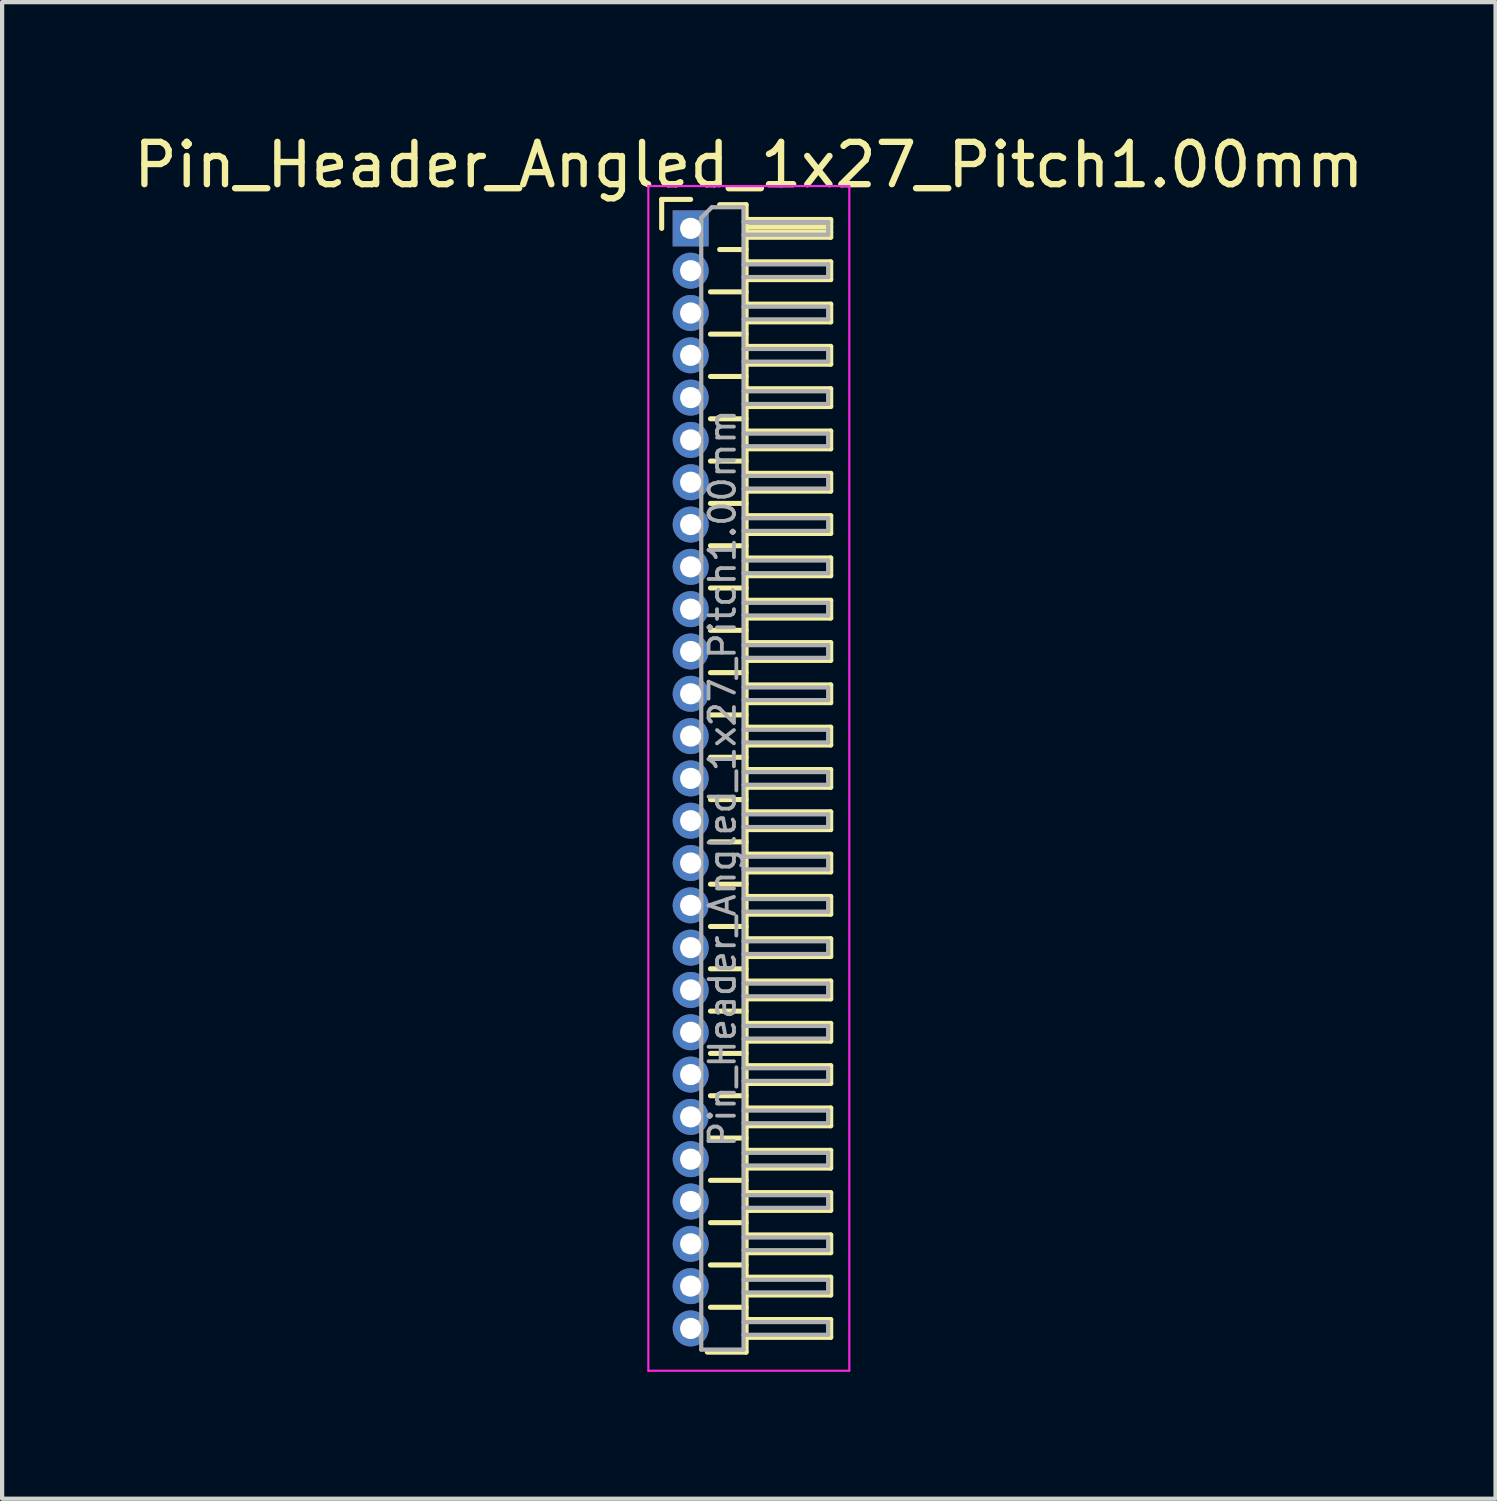
<source format=kicad_pcb>
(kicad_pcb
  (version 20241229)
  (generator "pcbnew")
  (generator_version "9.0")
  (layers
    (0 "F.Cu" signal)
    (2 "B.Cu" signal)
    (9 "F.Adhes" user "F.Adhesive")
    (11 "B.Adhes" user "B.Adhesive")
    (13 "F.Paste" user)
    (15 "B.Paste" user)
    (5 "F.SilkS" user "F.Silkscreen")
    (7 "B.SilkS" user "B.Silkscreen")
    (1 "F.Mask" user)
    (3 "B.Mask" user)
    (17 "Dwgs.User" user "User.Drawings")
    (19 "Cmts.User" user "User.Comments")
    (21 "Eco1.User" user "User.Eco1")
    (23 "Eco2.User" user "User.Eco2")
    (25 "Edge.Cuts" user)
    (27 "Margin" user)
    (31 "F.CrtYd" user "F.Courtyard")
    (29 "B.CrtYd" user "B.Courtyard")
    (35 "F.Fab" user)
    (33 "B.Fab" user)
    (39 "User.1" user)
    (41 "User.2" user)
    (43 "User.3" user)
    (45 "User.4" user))
  (footprint "Pin_Header_Angled_1x27_Pitch1.00mm"
    (layer "F.Cu")
    (at 13.274 2.348)
    (property "Reference" "Pin_Header_Angled_1x27_Pitch1.00mm" (at 1.375 -1.5 0) (layer "F.SilkS") (effects (font (size 1 1) (thickness 0.15))))
    (attr through_hole)
    (fp_line (start -0.685 -0.685) (end 0 -0.685) (stroke (width 0.12) (type solid)) (layer "F.SilkS"))
    (fp_line (start -0.685 0) (end -0.685 -0.685) (stroke (width 0.12) (type solid)) (layer "F.SilkS"))
    (fp_line (start 0.468 1.5) (end 1.31 1.5) (stroke (width 0.12) (type solid)) (layer "F.SilkS"))
    (fp_line (start 0.468 2.5) (end 1.31 2.5) (stroke (width 0.12) (type solid)) (layer "F.SilkS"))
    (fp_line (start 0.468 3.5) (end 1.31 3.5) (stroke (width 0.12) (type solid)) (layer "F.SilkS"))
    (fp_line (start 0.468 4.5) (end 1.31 4.5) (stroke (width 0.12) (type solid)) (layer "F.SilkS"))
    (fp_line (start 0.468 5.5) (end 1.31 5.5) (stroke (width 0.12) (type solid)) (layer "F.SilkS"))
    (fp_line (start 0.468 6.5) (end 1.31 6.5) (stroke (width 0.12) (type solid)) (layer "F.SilkS"))
    (fp_line (start 0.468 7.5) (end 1.31 7.5) (stroke (width 0.12) (type solid)) (layer "F.SilkS"))
    (fp_line (start 0.468 8.5) (end 1.31 8.5) (stroke (width 0.12) (type solid)) (layer "F.SilkS"))
    (fp_line (start 0.468 9.5) (end 1.31 9.5) (stroke (width 0.12) (type solid)) (layer "F.SilkS"))
    (fp_line (start 0.468 10.5) (end 1.31 10.5) (stroke (width 0.12) (type solid)) (layer "F.SilkS"))
    (fp_line (start 0.468 11.5) (end 1.31 11.5) (stroke (width 0.12) (type solid)) (layer "F.SilkS"))
    (fp_line (start 0.468 12.5) (end 1.31 12.5) (stroke (width 0.12) (type solid)) (layer "F.SilkS"))
    (fp_line (start 0.468 13.5) (end 1.31 13.5) (stroke (width 0.12) (type solid)) (layer "F.SilkS"))
    (fp_line (start 0.468 14.5) (end 1.31 14.5) (stroke (width 0.12) (type solid)) (layer "F.SilkS"))
    (fp_line (start 0.468 15.5) (end 1.31 15.5) (stroke (width 0.12) (type solid)) (layer "F.SilkS"))
    (fp_line (start 0.468 16.5) (end 1.31 16.5) (stroke (width 0.12) (type solid)) (layer "F.SilkS"))
    (fp_line (start 0.468 17.5) (end 1.31 17.5) (stroke (width 0.12) (type solid)) (layer "F.SilkS"))
    (fp_line (start 0.468 18.5) (end 1.31 18.5) (stroke (width 0.12) (type solid)) (layer "F.SilkS"))
    (fp_line (start 0.468 19.5) (end 1.31 19.5) (stroke (width 0.12) (type solid)) (layer "F.SilkS"))
    (fp_line (start 0.468 20.5) (end 1.31 20.5) (stroke (width 0.12) (type solid)) (layer "F.SilkS"))
    (fp_line (start 0.468 21.5) (end 1.31 21.5) (stroke (width 0.12) (type solid)) (layer "F.SilkS"))
    (fp_line (start 0.468 22.5) (end 1.31 22.5) (stroke (width 0.12) (type solid)) (layer "F.SilkS"))
    (fp_line (start 0.468 23.5) (end 1.31 23.5) (stroke (width 0.12) (type solid)) (layer "F.SilkS"))
    (fp_line (start 0.468 24.5) (end 1.31 24.5) (stroke (width 0.12) (type solid)) (layer "F.SilkS"))
    (fp_line (start 0.468 25.5) (end 1.31 25.5) (stroke (width 0.12) (type solid)) (layer "F.SilkS"))
    (fp_line (start 0.685 -0.56) (end 1.31 -0.56) (stroke (width 0.12) (type solid)) (layer "F.SilkS"))
    (fp_line (start 0.685 0.5) (end 1.31 0.5) (stroke (width 0.12) (type solid)) (layer "F.SilkS"))
    (fp_line (start 1.31 -0.56) (end 1.31 26.56) (stroke (width 0.12) (type solid)) (layer "F.SilkS"))
    (fp_line (start 1.31 -0.21) (end 3.31 -0.21) (stroke (width 0.12) (type solid)) (layer "F.SilkS"))
    (fp_line (start 1.31 -0.15) (end 3.31 -0.15) (stroke (width 0.12) (type solid)) (layer "F.SilkS"))
    (fp_line (start 1.31 -0.03) (end 3.31 -0.03) (stroke (width 0.12) (type solid)) (layer "F.SilkS"))
    (fp_line (start 1.31 0.09) (end 3.31 0.09) (stroke (width 0.12) (type solid)) (layer "F.SilkS"))
    (fp_line (start 1.31 0.79) (end 3.31 0.79) (stroke (width 0.12) (type solid)) (layer "F.SilkS"))
    (fp_line (start 1.31 1.79) (end 3.31 1.79) (stroke (width 0.12) (type solid)) (layer "F.SilkS"))
    (fp_line (start 1.31 2.79) (end 3.31 2.79) (stroke (width 0.12) (type solid)) (layer "F.SilkS"))
    (fp_line (start 1.31 3.79) (end 3.31 3.79) (stroke (width 0.12) (type solid)) (layer "F.SilkS"))
    (fp_line (start 1.31 4.79) (end 3.31 4.79) (stroke (width 0.12) (type solid)) (layer "F.SilkS"))
    (fp_line (start 1.31 5.79) (end 3.31 5.79) (stroke (width 0.12) (type solid)) (layer "F.SilkS"))
    (fp_line (start 1.31 6.79) (end 3.31 6.79) (stroke (width 0.12) (type solid)) (layer "F.SilkS"))
    (fp_line (start 1.31 7.79) (end 3.31 7.79) (stroke (width 0.12) (type solid)) (layer "F.SilkS"))
    (fp_line (start 1.31 8.79) (end 3.31 8.79) (stroke (width 0.12) (type solid)) (layer "F.SilkS"))
    (fp_line (start 1.31 9.79) (end 3.31 9.79) (stroke (width 0.12) (type solid)) (layer "F.SilkS"))
    (fp_line (start 1.31 10.79) (end 3.31 10.79) (stroke (width 0.12) (type solid)) (layer "F.SilkS"))
    (fp_line (start 1.31 11.79) (end 3.31 11.79) (stroke (width 0.12) (type solid)) (layer "F.SilkS"))
    (fp_line (start 1.31 12.79) (end 3.31 12.79) (stroke (width 0.12) (type solid)) (layer "F.SilkS"))
    (fp_line (start 1.31 13.79) (end 3.31 13.79) (stroke (width 0.12) (type solid)) (layer "F.SilkS"))
    (fp_line (start 1.31 14.79) (end 3.31 14.79) (stroke (width 0.12) (type solid)) (layer "F.SilkS"))
    (fp_line (start 1.31 15.79) (end 3.31 15.79) (stroke (width 0.12) (type solid)) (layer "F.SilkS"))
    (fp_line (start 1.31 16.79) (end 3.31 16.79) (stroke (width 0.12) (type solid)) (layer "F.SilkS"))
    (fp_line (start 1.31 17.79) (end 3.31 17.79) (stroke (width 0.12) (type solid)) (layer "F.SilkS"))
    (fp_line (start 1.31 18.79) (end 3.31 18.79) (stroke (width 0.12) (type solid)) (layer "F.SilkS"))
    (fp_line (start 1.31 19.79) (end 3.31 19.79) (stroke (width 0.12) (type solid)) (layer "F.SilkS"))
    (fp_line (start 1.31 20.79) (end 3.31 20.79) (stroke (width 0.12) (type solid)) (layer "F.SilkS"))
    (fp_line (start 1.31 21.79) (end 3.31 21.79) (stroke (width 0.12) (type solid)) (layer "F.SilkS"))
    (fp_line (start 1.31 22.79) (end 3.31 22.79) (stroke (width 0.12) (type solid)) (layer "F.SilkS"))
    (fp_line (start 1.31 23.79) (end 3.31 23.79) (stroke (width 0.12) (type solid)) (layer "F.SilkS"))
    (fp_line (start 1.31 24.79) (end 3.31 24.79) (stroke (width 0.12) (type solid)) (layer "F.SilkS"))
    (fp_line (start 1.31 25.79) (end 3.31 25.79) (stroke (width 0.12) (type solid)) (layer "F.SilkS"))
    (fp_line (start 1.31 26.56) (end 0.394 26.56) (stroke (width 0.12) (type solid)) (layer "F.SilkS"))
    (fp_line (start 3.31 -0.21) (end 3.31 0.21) (stroke (width 0.12) (type solid)) (layer "F.SilkS"))
    (fp_line (start 3.31 0.21) (end 1.31 0.21) (stroke (width 0.12) (type solid)) (layer "F.SilkS"))
    (fp_line (start 3.31 0.79) (end 3.31 1.21) (stroke (width 0.12) (type solid)) (layer "F.SilkS"))
    (fp_line (start 3.31 1.21) (end 1.31 1.21) (stroke (width 0.12) (type solid)) (layer "F.SilkS"))
    (fp_line (start 3.31 1.79) (end 3.31 2.21) (stroke (width 0.12) (type solid)) (layer "F.SilkS"))
    (fp_line (start 3.31 2.21) (end 1.31 2.21) (stroke (width 0.12) (type solid)) (layer "F.SilkS"))
    (fp_line (start 3.31 2.79) (end 3.31 3.21) (stroke (width 0.12) (type solid)) (layer "F.SilkS"))
    (fp_line (start 3.31 3.21) (end 1.31 3.21) (stroke (width 0.12) (type solid)) (layer "F.SilkS"))
    (fp_line (start 3.31 3.79) (end 3.31 4.21) (stroke (width 0.12) (type solid)) (layer "F.SilkS"))
    (fp_line (start 3.31 4.21) (end 1.31 4.21) (stroke (width 0.12) (type solid)) (layer "F.SilkS"))
    (fp_line (start 3.31 4.79) (end 3.31 5.21) (stroke (width 0.12) (type solid)) (layer "F.SilkS"))
    (fp_line (start 3.31 5.21) (end 1.31 5.21) (stroke (width 0.12) (type solid)) (layer "F.SilkS"))
    (fp_line (start 3.31 5.79) (end 3.31 6.21) (stroke (width 0.12) (type solid)) (layer "F.SilkS"))
    (fp_line (start 3.31 6.21) (end 1.31 6.21) (stroke (width 0.12) (type solid)) (layer "F.SilkS"))
    (fp_line (start 3.31 6.79) (end 3.31 7.21) (stroke (width 0.12) (type solid)) (layer "F.SilkS"))
    (fp_line (start 3.31 7.21) (end 1.31 7.21) (stroke (width 0.12) (type solid)) (layer "F.SilkS"))
    (fp_line (start 3.31 7.79) (end 3.31 8.21) (stroke (width 0.12) (type solid)) (layer "F.SilkS"))
    (fp_line (start 3.31 8.21) (end 1.31 8.21) (stroke (width 0.12) (type solid)) (layer "F.SilkS"))
    (fp_line (start 3.31 8.79) (end 3.31 9.21) (stroke (width 0.12) (type solid)) (layer "F.SilkS"))
    (fp_line (start 3.31 9.21) (end 1.31 9.21) (stroke (width 0.12) (type solid)) (layer "F.SilkS"))
    (fp_line (start 3.31 9.79) (end 3.31 10.21) (stroke (width 0.12) (type solid)) (layer "F.SilkS"))
    (fp_line (start 3.31 10.21) (end 1.31 10.21) (stroke (width 0.12) (type solid)) (layer "F.SilkS"))
    (fp_line (start 3.31 10.79) (end 3.31 11.21) (stroke (width 0.12) (type solid)) (layer "F.SilkS"))
    (fp_line (start 3.31 11.21) (end 1.31 11.21) (stroke (width 0.12) (type solid)) (layer "F.SilkS"))
    (fp_line (start 3.31 11.79) (end 3.31 12.21) (stroke (width 0.12) (type solid)) (layer "F.SilkS"))
    (fp_line (start 3.31 12.21) (end 1.31 12.21) (stroke (width 0.12) (type solid)) (layer "F.SilkS"))
    (fp_line (start 3.31 12.79) (end 3.31 13.21) (stroke (width 0.12) (type solid)) (layer "F.SilkS"))
    (fp_line (start 3.31 13.21) (end 1.31 13.21) (stroke (width 0.12) (type solid)) (layer "F.SilkS"))
    (fp_line (start 3.31 13.79) (end 3.31 14.21) (stroke (width 0.12) (type solid)) (layer "F.SilkS"))
    (fp_line (start 3.31 14.21) (end 1.31 14.21) (stroke (width 0.12) (type solid)) (layer "F.SilkS"))
    (fp_line (start 3.31 14.79) (end 3.31 15.21) (stroke (width 0.12) (type solid)) (layer "F.SilkS"))
    (fp_line (start 3.31 15.21) (end 1.31 15.21) (stroke (width 0.12) (type solid)) (layer "F.SilkS"))
    (fp_line (start 3.31 15.79) (end 3.31 16.21) (stroke (width 0.12) (type solid)) (layer "F.SilkS"))
    (fp_line (start 3.31 16.21) (end 1.31 16.21) (stroke (width 0.12) (type solid)) (layer "F.SilkS"))
    (fp_line (start 3.31 16.79) (end 3.31 17.21) (stroke (width 0.12) (type solid)) (layer "F.SilkS"))
    (fp_line (start 3.31 17.21) (end 1.31 17.21) (stroke (width 0.12) (type solid)) (layer "F.SilkS"))
    (fp_line (start 3.31 17.79) (end 3.31 18.21) (stroke (width 0.12) (type solid)) (layer "F.SilkS"))
    (fp_line (start 3.31 18.21) (end 1.31 18.21) (stroke (width 0.12) (type solid)) (layer "F.SilkS"))
    (fp_line (start 3.31 18.79) (end 3.31 19.21) (stroke (width 0.12) (type solid)) (layer "F.SilkS"))
    (fp_line (start 3.31 19.21) (end 1.31 19.21) (stroke (width 0.12) (type solid)) (layer "F.SilkS"))
    (fp_line (start 3.31 19.79) (end 3.31 20.21) (stroke (width 0.12) (type solid)) (layer "F.SilkS"))
    (fp_line (start 3.31 20.21) (end 1.31 20.21) (stroke (width 0.12) (type solid)) (layer "F.SilkS"))
    (fp_line (start 3.31 20.79) (end 3.31 21.21) (stroke (width 0.12) (type solid)) (layer "F.SilkS"))
    (fp_line (start 3.31 21.21) (end 1.31 21.21) (stroke (width 0.12) (type solid)) (layer "F.SilkS"))
    (fp_line (start 3.31 21.79) (end 3.31 22.21) (stroke (width 0.12) (type solid)) (layer "F.SilkS"))
    (fp_line (start 3.31 22.21) (end 1.31 22.21) (stroke (width 0.12) (type solid)) (layer "F.SilkS"))
    (fp_line (start 3.31 22.79) (end 3.31 23.21) (stroke (width 0.12) (type solid)) (layer "F.SilkS"))
    (fp_line (start 3.31 23.21) (end 1.31 23.21) (stroke (width 0.12) (type solid)) (layer "F.SilkS"))
    (fp_line (start 3.31 23.79) (end 3.31 24.21) (stroke (width 0.12) (type solid)) (layer "F.SilkS"))
    (fp_line (start 3.31 24.21) (end 1.31 24.21) (stroke (width 0.12) (type solid)) (layer "F.SilkS"))
    (fp_line (start 3.31 24.79) (end 3.31 25.21) (stroke (width 0.12) (type solid)) (layer "F.SilkS"))
    (fp_line (start 3.31 25.21) (end 1.31 25.21) (stroke (width 0.12) (type solid)) (layer "F.SilkS"))
    (fp_line (start 3.31 25.79) (end 3.31 26.21) (stroke (width 0.12) (type solid)) (layer "F.SilkS"))
    (fp_line (start 3.31 26.21) (end 1.31 26.21) (stroke (width 0.12) (type solid)) (layer "F.SilkS"))
    (fp_line (start -1 -1) (end -1 27) (stroke (width 0.05) (type solid)) (layer "F.CrtYd"))
    (fp_line (start -1 27) (end 3.75 27) (stroke (width 0.05) (type solid)) (layer "F.CrtYd"))
    (fp_line (start 3.75 -1) (end -1 -1) (stroke (width 0.05) (type solid)) (layer "F.CrtYd"))
    (fp_line (start 3.75 27) (end 3.75 -1) (stroke (width 0.05) (type solid)) (layer "F.CrtYd"))
    (fp_line (start -0.15 -0.15) (end -0.15 0.15) (stroke (width 0.1) (type solid)) (layer "F.Fab"))
    (fp_line (start -0.15 -0.15) (end 0.25 -0.15) (stroke (width 0.1) (type solid)) (layer "F.Fab"))
    (fp_line (start -0.15 0.15) (end 0.25 0.15) (stroke (width 0.1) (type solid)) (layer "F.Fab"))
    (fp_line (start -0.15 0.85) (end -0.15 1.15) (stroke (width 0.1) (type solid)) (layer "F.Fab"))
    (fp_line (start -0.15 0.85) (end 0.25 0.85) (stroke (width 0.1) (type solid)) (layer "F.Fab"))
    (fp_line (start -0.15 1.15) (end 0.25 1.15) (stroke (width 0.1) (type solid)) (layer "F.Fab"))
    (fp_line (start -0.15 1.85) (end -0.15 2.15) (stroke (width 0.1) (type solid)) (layer "F.Fab"))
    (fp_line (start -0.15 1.85) (end 0.25 1.85) (stroke (width 0.1) (type solid)) (layer "F.Fab"))
    (fp_line (start -0.15 2.15) (end 0.25 2.15) (stroke (width 0.1) (type solid)) (layer "F.Fab"))
    (fp_line (start -0.15 2.85) (end -0.15 3.15) (stroke (width 0.1) (type solid)) (layer "F.Fab"))
    (fp_line (start -0.15 2.85) (end 0.25 2.85) (stroke (width 0.1) (type solid)) (layer "F.Fab"))
    (fp_line (start -0.15 3.15) (end 0.25 3.15) (stroke (width 0.1) (type solid)) (layer "F.Fab"))
    (fp_line (start -0.15 3.85) (end -0.15 4.15) (stroke (width 0.1) (type solid)) (layer "F.Fab"))
    (fp_line (start -0.15 3.85) (end 0.25 3.85) (stroke (width 0.1) (type solid)) (layer "F.Fab"))
    (fp_line (start -0.15 4.15) (end 0.25 4.15) (stroke (width 0.1) (type solid)) (layer "F.Fab"))
    (fp_line (start -0.15 4.85) (end -0.15 5.15) (stroke (width 0.1) (type solid)) (layer "F.Fab"))
    (fp_line (start -0.15 4.85) (end 0.25 4.85) (stroke (width 0.1) (type solid)) (layer "F.Fab"))
    (fp_line (start -0.15 5.15) (end 0.25 5.15) (stroke (width 0.1) (type solid)) (layer "F.Fab"))
    (fp_line (start -0.15 5.85) (end -0.15 6.15) (stroke (width 0.1) (type solid)) (layer "F.Fab"))
    (fp_line (start -0.15 5.85) (end 0.25 5.85) (stroke (width 0.1) (type solid)) (layer "F.Fab"))
    (fp_line (start -0.15 6.15) (end 0.25 6.15) (stroke (width 0.1) (type solid)) (layer "F.Fab"))
    (fp_line (start -0.15 6.85) (end -0.15 7.15) (stroke (width 0.1) (type solid)) (layer "F.Fab"))
    (fp_line (start -0.15 6.85) (end 0.25 6.85) (stroke (width 0.1) (type solid)) (layer "F.Fab"))
    (fp_line (start -0.15 7.15) (end 0.25 7.15) (stroke (width 0.1) (type solid)) (layer "F.Fab"))
    (fp_line (start -0.15 7.85) (end -0.15 8.15) (stroke (width 0.1) (type solid)) (layer "F.Fab"))
    (fp_line (start -0.15 7.85) (end 0.25 7.85) (stroke (width 0.1) (type solid)) (layer "F.Fab"))
    (fp_line (start -0.15 8.15) (end 0.25 8.15) (stroke (width 0.1) (type solid)) (layer "F.Fab"))
    (fp_line (start -0.15 8.85) (end -0.15 9.15) (stroke (width 0.1) (type solid)) (layer "F.Fab"))
    (fp_line (start -0.15 8.85) (end 0.25 8.85) (stroke (width 0.1) (type solid)) (layer "F.Fab"))
    (fp_line (start -0.15 9.15) (end 0.25 9.15) (stroke (width 0.1) (type solid)) (layer "F.Fab"))
    (fp_line (start -0.15 9.85) (end -0.15 10.15) (stroke (width 0.1) (type solid)) (layer "F.Fab"))
    (fp_line (start -0.15 9.85) (end 0.25 9.85) (stroke (width 0.1) (type solid)) (layer "F.Fab"))
    (fp_line (start -0.15 10.15) (end 0.25 10.15) (stroke (width 0.1) (type solid)) (layer "F.Fab"))
    (fp_line (start -0.15 10.85) (end -0.15 11.15) (stroke (width 0.1) (type solid)) (layer "F.Fab"))
    (fp_line (start -0.15 10.85) (end 0.25 10.85) (stroke (width 0.1) (type solid)) (layer "F.Fab"))
    (fp_line (start -0.15 11.15) (end 0.25 11.15) (stroke (width 0.1) (type solid)) (layer "F.Fab"))
    (fp_line (start -0.15 11.85) (end -0.15 12.15) (stroke (width 0.1) (type solid)) (layer "F.Fab"))
    (fp_line (start -0.15 11.85) (end 0.25 11.85) (stroke (width 0.1) (type solid)) (layer "F.Fab"))
    (fp_line (start -0.15 12.15) (end 0.25 12.15) (stroke (width 0.1) (type solid)) (layer "F.Fab"))
    (fp_line (start -0.15 12.85) (end -0.15 13.15) (stroke (width 0.1) (type solid)) (layer "F.Fab"))
    (fp_line (start -0.15 12.85) (end 0.25 12.85) (stroke (width 0.1) (type solid)) (layer "F.Fab"))
    (fp_line (start -0.15 13.15) (end 0.25 13.15) (stroke (width 0.1) (type solid)) (layer "F.Fab"))
    (fp_line (start -0.15 13.85) (end -0.15 14.15) (stroke (width 0.1) (type solid)) (layer "F.Fab"))
    (fp_line (start -0.15 13.85) (end 0.25 13.85) (stroke (width 0.1) (type solid)) (layer "F.Fab"))
    (fp_line (start -0.15 14.15) (end 0.25 14.15) (stroke (width 0.1) (type solid)) (layer "F.Fab"))
    (fp_line (start -0.15 14.85) (end -0.15 15.15) (stroke (width 0.1) (type solid)) (layer "F.Fab"))
    (fp_line (start -0.15 14.85) (end 0.25 14.85) (stroke (width 0.1) (type solid)) (layer "F.Fab"))
    (fp_line (start -0.15 15.15) (end 0.25 15.15) (stroke (width 0.1) (type solid)) (layer "F.Fab"))
    (fp_line (start -0.15 15.85) (end -0.15 16.15) (stroke (width 0.1) (type solid)) (layer "F.Fab"))
    (fp_line (start -0.15 15.85) (end 0.25 15.85) (stroke (width 0.1) (type solid)) (layer "F.Fab"))
    (fp_line (start -0.15 16.15) (end 0.25 16.15) (stroke (width 0.1) (type solid)) (layer "F.Fab"))
    (fp_line (start -0.15 16.85) (end -0.15 17.15) (stroke (width 0.1) (type solid)) (layer "F.Fab"))
    (fp_line (start -0.15 16.85) (end 0.25 16.85) (stroke (width 0.1) (type solid)) (layer "F.Fab"))
    (fp_line (start -0.15 17.15) (end 0.25 17.15) (stroke (width 0.1) (type solid)) (layer "F.Fab"))
    (fp_line (start -0.15 17.85) (end -0.15 18.15) (stroke (width 0.1) (type solid)) (layer "F.Fab"))
    (fp_line (start -0.15 17.85) (end 0.25 17.85) (stroke (width 0.1) (type solid)) (layer "F.Fab"))
    (fp_line (start -0.15 18.15) (end 0.25 18.15) (stroke (width 0.1) (type solid)) (layer "F.Fab"))
    (fp_line (start -0.15 18.85) (end -0.15 19.15) (stroke (width 0.1) (type solid)) (layer "F.Fab"))
    (fp_line (start -0.15 18.85) (end 0.25 18.85) (stroke (width 0.1) (type solid)) (layer "F.Fab"))
    (fp_line (start -0.15 19.15) (end 0.25 19.15) (stroke (width 0.1) (type solid)) (layer "F.Fab"))
    (fp_line (start -0.15 19.85) (end -0.15 20.15) (stroke (width 0.1) (type solid)) (layer "F.Fab"))
    (fp_line (start -0.15 19.85) (end 0.25 19.85) (stroke (width 0.1) (type solid)) (layer "F.Fab"))
    (fp_line (start -0.15 20.15) (end 0.25 20.15) (stroke (width 0.1) (type solid)) (layer "F.Fab"))
    (fp_line (start -0.15 20.85) (end -0.15 21.15) (stroke (width 0.1) (type solid)) (layer "F.Fab"))
    (fp_line (start -0.15 20.85) (end 0.25 20.85) (stroke (width 0.1) (type solid)) (layer "F.Fab"))
    (fp_line (start -0.15 21.15) (end 0.25 21.15) (stroke (width 0.1) (type solid)) (layer "F.Fab"))
    (fp_line (start -0.15 21.85) (end -0.15 22.15) (stroke (width 0.1) (type solid)) (layer "F.Fab"))
    (fp_line (start -0.15 21.85) (end 0.25 21.85) (stroke (width 0.1) (type solid)) (layer "F.Fab"))
    (fp_line (start -0.15 22.15) (end 0.25 22.15) (stroke (width 0.1) (type solid)) (layer "F.Fab"))
    (fp_line (start -0.15 22.85) (end -0.15 23.15) (stroke (width 0.1) (type solid)) (layer "F.Fab"))
    (fp_line (start -0.15 22.85) (end 0.25 22.85) (stroke (width 0.1) (type solid)) (layer "F.Fab"))
    (fp_line (start -0.15 23.15) (end 0.25 23.15) (stroke (width 0.1) (type solid)) (layer "F.Fab"))
    (fp_line (start -0.15 23.85) (end -0.15 24.15) (stroke (width 0.1) (type solid)) (layer "F.Fab"))
    (fp_line (start -0.15 23.85) (end 0.25 23.85) (stroke (width 0.1) (type solid)) (layer "F.Fab"))
    (fp_line (start -0.15 24.15) (end 0.25 24.15) (stroke (width 0.1) (type solid)) (layer "F.Fab"))
    (fp_line (start -0.15 24.85) (end -0.15 25.15) (stroke (width 0.1) (type solid)) (layer "F.Fab"))
    (fp_line (start -0.15 24.85) (end 0.25 24.85) (stroke (width 0.1) (type solid)) (layer "F.Fab"))
    (fp_line (start -0.15 25.15) (end 0.25 25.15) (stroke (width 0.1) (type solid)) (layer "F.Fab"))
    (fp_line (start -0.15 25.85) (end -0.15 26.15) (stroke (width 0.1) (type solid)) (layer "F.Fab"))
    (fp_line (start -0.15 25.85) (end 0.25 25.85) (stroke (width 0.1) (type solid)) (layer "F.Fab"))
    (fp_line (start -0.15 26.15) (end 0.25 26.15) (stroke (width 0.1) (type solid)) (layer "F.Fab"))
    (fp_line (start 0.25 -0.25) (end 0.5 -0.5) (stroke (width 0.1) (type solid)) (layer "F.Fab"))
    (fp_line (start 0.25 26.5) (end 0.25 -0.25) (stroke (width 0.1) (type solid)) (layer "F.Fab"))
    (fp_line (start 0.5 -0.5) (end 1.25 -0.5) (stroke (width 0.1) (type solid)) (layer "F.Fab"))
    (fp_line (start 1.25 -0.5) (end 1.25 26.5) (stroke (width 0.1) (type solid)) (layer "F.Fab"))
    (fp_line (start 1.25 -0.15) (end 3.25 -0.15) (stroke (width 0.1) (type solid)) (layer "F.Fab"))
    (fp_line (start 1.25 0.15) (end 3.25 0.15) (stroke (width 0.1) (type solid)) (layer "F.Fab"))
    (fp_line (start 1.25 0.85) (end 3.25 0.85) (stroke (width 0.1) (type solid)) (layer "F.Fab"))
    (fp_line (start 1.25 1.15) (end 3.25 1.15) (stroke (width 0.1) (type solid)) (layer "F.Fab"))
    (fp_line (start 1.25 1.85) (end 3.25 1.85) (stroke (width 0.1) (type solid)) (layer "F.Fab"))
    (fp_line (start 1.25 2.15) (end 3.25 2.15) (stroke (width 0.1) (type solid)) (layer "F.Fab"))
    (fp_line (start 1.25 2.85) (end 3.25 2.85) (stroke (width 0.1) (type solid)) (layer "F.Fab"))
    (fp_line (start 1.25 3.15) (end 3.25 3.15) (stroke (width 0.1) (type solid)) (layer "F.Fab"))
    (fp_line (start 1.25 3.85) (end 3.25 3.85) (stroke (width 0.1) (type solid)) (layer "F.Fab"))
    (fp_line (start 1.25 4.15) (end 3.25 4.15) (stroke (width 0.1) (type solid)) (layer "F.Fab"))
    (fp_line (start 1.25 4.85) (end 3.25 4.85) (stroke (width 0.1) (type solid)) (layer "F.Fab"))
    (fp_line (start 1.25 5.15) (end 3.25 5.15) (stroke (width 0.1) (type solid)) (layer "F.Fab"))
    (fp_line (start 1.25 5.85) (end 3.25 5.85) (stroke (width 0.1) (type solid)) (layer "F.Fab"))
    (fp_line (start 1.25 6.15) (end 3.25 6.15) (stroke (width 0.1) (type solid)) (layer "F.Fab"))
    (fp_line (start 1.25 6.85) (end 3.25 6.85) (stroke (width 0.1) (type solid)) (layer "F.Fab"))
    (fp_line (start 1.25 7.15) (end 3.25 7.15) (stroke (width 0.1) (type solid)) (layer "F.Fab"))
    (fp_line (start 1.25 7.85) (end 3.25 7.85) (stroke (width 0.1) (type solid)) (layer "F.Fab"))
    (fp_line (start 1.25 8.15) (end 3.25 8.15) (stroke (width 0.1) (type solid)) (layer "F.Fab"))
    (fp_line (start 1.25 8.85) (end 3.25 8.85) (stroke (width 0.1) (type solid)) (layer "F.Fab"))
    (fp_line (start 1.25 9.15) (end 3.25 9.15) (stroke (width 0.1) (type solid)) (layer "F.Fab"))
    (fp_line (start 1.25 9.85) (end 3.25 9.85) (stroke (width 0.1) (type solid)) (layer "F.Fab"))
    (fp_line (start 1.25 10.15) (end 3.25 10.15) (stroke (width 0.1) (type solid)) (layer "F.Fab"))
    (fp_line (start 1.25 10.85) (end 3.25 10.85) (stroke (width 0.1) (type solid)) (layer "F.Fab"))
    (fp_line (start 1.25 11.15) (end 3.25 11.15) (stroke (width 0.1) (type solid)) (layer "F.Fab"))
    (fp_line (start 1.25 11.85) (end 3.25 11.85) (stroke (width 0.1) (type solid)) (layer "F.Fab"))
    (fp_line (start 1.25 12.15) (end 3.25 12.15) (stroke (width 0.1) (type solid)) (layer "F.Fab"))
    (fp_line (start 1.25 12.85) (end 3.25 12.85) (stroke (width 0.1) (type solid)) (layer "F.Fab"))
    (fp_line (start 1.25 13.15) (end 3.25 13.15) (stroke (width 0.1) (type solid)) (layer "F.Fab"))
    (fp_line (start 1.25 13.85) (end 3.25 13.85) (stroke (width 0.1) (type solid)) (layer "F.Fab"))
    (fp_line (start 1.25 14.15) (end 3.25 14.15) (stroke (width 0.1) (type solid)) (layer "F.Fab"))
    (fp_line (start 1.25 14.85) (end 3.25 14.85) (stroke (width 0.1) (type solid)) (layer "F.Fab"))
    (fp_line (start 1.25 15.15) (end 3.25 15.15) (stroke (width 0.1) (type solid)) (layer "F.Fab"))
    (fp_line (start 1.25 15.85) (end 3.25 15.85) (stroke (width 0.1) (type solid)) (layer "F.Fab"))
    (fp_line (start 1.25 16.15) (end 3.25 16.15) (stroke (width 0.1) (type solid)) (layer "F.Fab"))
    (fp_line (start 1.25 16.85) (end 3.25 16.85) (stroke (width 0.1) (type solid)) (layer "F.Fab"))
    (fp_line (start 1.25 17.15) (end 3.25 17.15) (stroke (width 0.1) (type solid)) (layer "F.Fab"))
    (fp_line (start 1.25 17.85) (end 3.25 17.85) (stroke (width 0.1) (type solid)) (layer "F.Fab"))
    (fp_line (start 1.25 18.15) (end 3.25 18.15) (stroke (width 0.1) (type solid)) (layer "F.Fab"))
    (fp_line (start 1.25 18.85) (end 3.25 18.85) (stroke (width 0.1) (type solid)) (layer "F.Fab"))
    (fp_line (start 1.25 19.15) (end 3.25 19.15) (stroke (width 0.1) (type solid)) (layer "F.Fab"))
    (fp_line (start 1.25 19.85) (end 3.25 19.85) (stroke (width 0.1) (type solid)) (layer "F.Fab"))
    (fp_line (start 1.25 20.15) (end 3.25 20.15) (stroke (width 0.1) (type solid)) (layer "F.Fab"))
    (fp_line (start 1.25 20.85) (end 3.25 20.85) (stroke (width 0.1) (type solid)) (layer "F.Fab"))
    (fp_line (start 1.25 21.15) (end 3.25 21.15) (stroke (width 0.1) (type solid)) (layer "F.Fab"))
    (fp_line (start 1.25 21.85) (end 3.25 21.85) (stroke (width 0.1) (type solid)) (layer "F.Fab"))
    (fp_line (start 1.25 22.15) (end 3.25 22.15) (stroke (width 0.1) (type solid)) (layer "F.Fab"))
    (fp_line (start 1.25 22.85) (end 3.25 22.85) (stroke (width 0.1) (type solid)) (layer "F.Fab"))
    (fp_line (start 1.25 23.15) (end 3.25 23.15) (stroke (width 0.1) (type solid)) (layer "F.Fab"))
    (fp_line (start 1.25 23.85) (end 3.25 23.85) (stroke (width 0.1) (type solid)) (layer "F.Fab"))
    (fp_line (start 1.25 24.15) (end 3.25 24.15) (stroke (width 0.1) (type solid)) (layer "F.Fab"))
    (fp_line (start 1.25 24.85) (end 3.25 24.85) (stroke (width 0.1) (type solid)) (layer "F.Fab"))
    (fp_line (start 1.25 25.15) (end 3.25 25.15) (stroke (width 0.1) (type solid)) (layer "F.Fab"))
    (fp_line (start 1.25 25.85) (end 3.25 25.85) (stroke (width 0.1) (type solid)) (layer "F.Fab"))
    (fp_line (start 1.25 26.15) (end 3.25 26.15) (stroke (width 0.1) (type solid)) (layer "F.Fab"))
    (fp_line (start 1.25 26.5) (end 0.25 26.5) (stroke (width 0.1) (type solid)) (layer "F.Fab"))
    (fp_line (start 3.25 -0.15) (end 3.25 0.15) (stroke (width 0.1) (type solid)) (layer "F.Fab"))
    (fp_line (start 3.25 0.85) (end 3.25 1.15) (stroke (width 0.1) (type solid)) (layer "F.Fab"))
    (fp_line (start 3.25 1.85) (end 3.25 2.15) (stroke (width 0.1) (type solid)) (layer "F.Fab"))
    (fp_line (start 3.25 2.85) (end 3.25 3.15) (stroke (width 0.1) (type solid)) (layer "F.Fab"))
    (fp_line (start 3.25 3.85) (end 3.25 4.15) (stroke (width 0.1) (type solid)) (layer "F.Fab"))
    (fp_line (start 3.25 4.85) (end 3.25 5.15) (stroke (width 0.1) (type solid)) (layer "F.Fab"))
    (fp_line (start 3.25 5.85) (end 3.25 6.15) (stroke (width 0.1) (type solid)) (layer "F.Fab"))
    (fp_line (start 3.25 6.85) (end 3.25 7.15) (stroke (width 0.1) (type solid)) (layer "F.Fab"))
    (fp_line (start 3.25 7.85) (end 3.25 8.15) (stroke (width 0.1) (type solid)) (layer "F.Fab"))
    (fp_line (start 3.25 8.85) (end 3.25 9.15) (stroke (width 0.1) (type solid)) (layer "F.Fab"))
    (fp_line (start 3.25 9.85) (end 3.25 10.15) (stroke (width 0.1) (type solid)) (layer "F.Fab"))
    (fp_line (start 3.25 10.85) (end 3.25 11.15) (stroke (width 0.1) (type solid)) (layer "F.Fab"))
    (fp_line (start 3.25 11.85) (end 3.25 12.15) (stroke (width 0.1) (type solid)) (layer "F.Fab"))
    (fp_line (start 3.25 12.85) (end 3.25 13.15) (stroke (width 0.1) (type solid)) (layer "F.Fab"))
    (fp_line (start 3.25 13.85) (end 3.25 14.15) (stroke (width 0.1) (type solid)) (layer "F.Fab"))
    (fp_line (start 3.25 14.85) (end 3.25 15.15) (stroke (width 0.1) (type solid)) (layer "F.Fab"))
    (fp_line (start 3.25 15.85) (end 3.25 16.15) (stroke (width 0.1) (type solid)) (layer "F.Fab"))
    (fp_line (start 3.25 16.85) (end 3.25 17.15) (stroke (width 0.1) (type solid)) (layer "F.Fab"))
    (fp_line (start 3.25 17.85) (end 3.25 18.15) (stroke (width 0.1) (type solid)) (layer "F.Fab"))
    (fp_line (start 3.25 18.85) (end 3.25 19.15) (stroke (width 0.1) (type solid)) (layer "F.Fab"))
    (fp_line (start 3.25 19.85) (end 3.25 20.15) (stroke (width 0.1) (type solid)) (layer "F.Fab"))
    (fp_line (start 3.25 20.85) (end 3.25 21.15) (stroke (width 0.1) (type solid)) (layer "F.Fab"))
    (fp_line (start 3.25 21.85) (end 3.25 22.15) (stroke (width 0.1) (type solid)) (layer "F.Fab"))
    (fp_line (start 3.25 22.85) (end 3.25 23.15) (stroke (width 0.1) (type solid)) (layer "F.Fab"))
    (fp_line (start 3.25 23.85) (end 3.25 24.15) (stroke (width 0.1) (type solid)) (layer "F.Fab"))
    (fp_line (start 3.25 24.85) (end 3.25 25.15) (stroke (width 0.1) (type solid)) (layer "F.Fab"))
    (fp_line (start 3.25 25.85) (end 3.25 26.15) (stroke (width 0.1) (type solid)) (layer "F.Fab"))
    (fp_text user "${REFERENCE}" (at 0.75 13 90) (layer "F.Fab") (effects (font (size 0.6 0.6) (thickness 0.09))))
    (pad "1" thru_hole rect (at 0 0) (size 0.85 0.85) (drill 0.5) (layers "*.Cu" "*.Mask"))
    (pad "2" thru_hole oval (at 0 1) (size 0.85 0.85) (drill 0.5) (layers "*.Cu" "*.Mask"))
    (pad "3" thru_hole oval (at 0 2) (size 0.85 0.85) (drill 0.5) (layers "*.Cu" "*.Mask"))
    (pad "4" thru_hole oval (at 0 3) (size 0.85 0.85) (drill 0.5) (layers "*.Cu" "*.Mask"))
    (pad "5" thru_hole oval (at 0 4) (size 0.85 0.85) (drill 0.5) (layers "*.Cu" "*.Mask"))
    (pad "6" thru_hole oval (at 0 5) (size 0.85 0.85) (drill 0.5) (layers "*.Cu" "*.Mask"))
    (pad "7" thru_hole oval (at 0 6) (size 0.85 0.85) (drill 0.5) (layers "*.Cu" "*.Mask"))
    (pad "8" thru_hole oval (at 0 7) (size 0.85 0.85) (drill 0.5) (layers "*.Cu" "*.Mask"))
    (pad "9" thru_hole oval (at 0 8) (size 0.85 0.85) (drill 0.5) (layers "*.Cu" "*.Mask"))
    (pad "10" thru_hole oval (at 0 9) (size 0.85 0.85) (drill 0.5) (layers "*.Cu" "*.Mask"))
    (pad "11" thru_hole oval (at 0 10) (size 0.85 0.85) (drill 0.5) (layers "*.Cu" "*.Mask"))
    (pad "12" thru_hole oval (at 0 11) (size 0.85 0.85) (drill 0.5) (layers "*.Cu" "*.Mask"))
    (pad "13" thru_hole oval (at 0 12) (size 0.85 0.85) (drill 0.5) (layers "*.Cu" "*.Mask"))
    (pad "14" thru_hole oval (at 0 13) (size 0.85 0.85) (drill 0.5) (layers "*.Cu" "*.Mask"))
    (pad "15" thru_hole oval (at 0 14) (size 0.85 0.85) (drill 0.5) (layers "*.Cu" "*.Mask"))
    (pad "16" thru_hole oval (at 0 15) (size 0.85 0.85) (drill 0.5) (layers "*.Cu" "*.Mask"))
    (pad "17" thru_hole oval (at 0 16) (size 0.85 0.85) (drill 0.5) (layers "*.Cu" "*.Mask"))
    (pad "18" thru_hole oval (at 0 17) (size 0.85 0.85) (drill 0.5) (layers "*.Cu" "*.Mask"))
    (pad "19" thru_hole oval (at 0 18) (size 0.85 0.85) (drill 0.5) (layers "*.Cu" "*.Mask"))
    (pad "20" thru_hole oval (at 0 19) (size 0.85 0.85) (drill 0.5) (layers "*.Cu" "*.Mask"))
    (pad "21" thru_hole oval (at 0 20) (size 0.85 0.85) (drill 0.5) (layers "*.Cu" "*.Mask"))
    (pad "22" thru_hole oval (at 0 21) (size 0.85 0.85) (drill 0.5) (layers "*.Cu" "*.Mask"))
    (pad "23" thru_hole oval (at 0 22) (size 0.85 0.85) (drill 0.5) (layers "*.Cu" "*.Mask"))
    (pad "24" thru_hole oval (at 0 23) (size 0.85 0.85) (drill 0.5) (layers "*.Cu" "*.Mask"))
    (pad "25" thru_hole oval (at 0 24) (size 0.85 0.85) (drill 0.5) (layers "*.Cu" "*.Mask"))
    (pad "26" thru_hole oval (at 0 25) (size 0.85 0.85) (drill 0.5) (layers "*.Cu" "*.Mask"))
    (pad "27" thru_hole oval (at 0 26) (size 0.85 0.85) (drill 0.5) (layers "*.Cu" "*.Mask")))
  (gr_rect
    (start -3 -3)
    (end 32.298 32.373)
    (stroke (width 0.1) (type default))
    (fill no)
    (layer "Edge.Cuts")))
</source>
